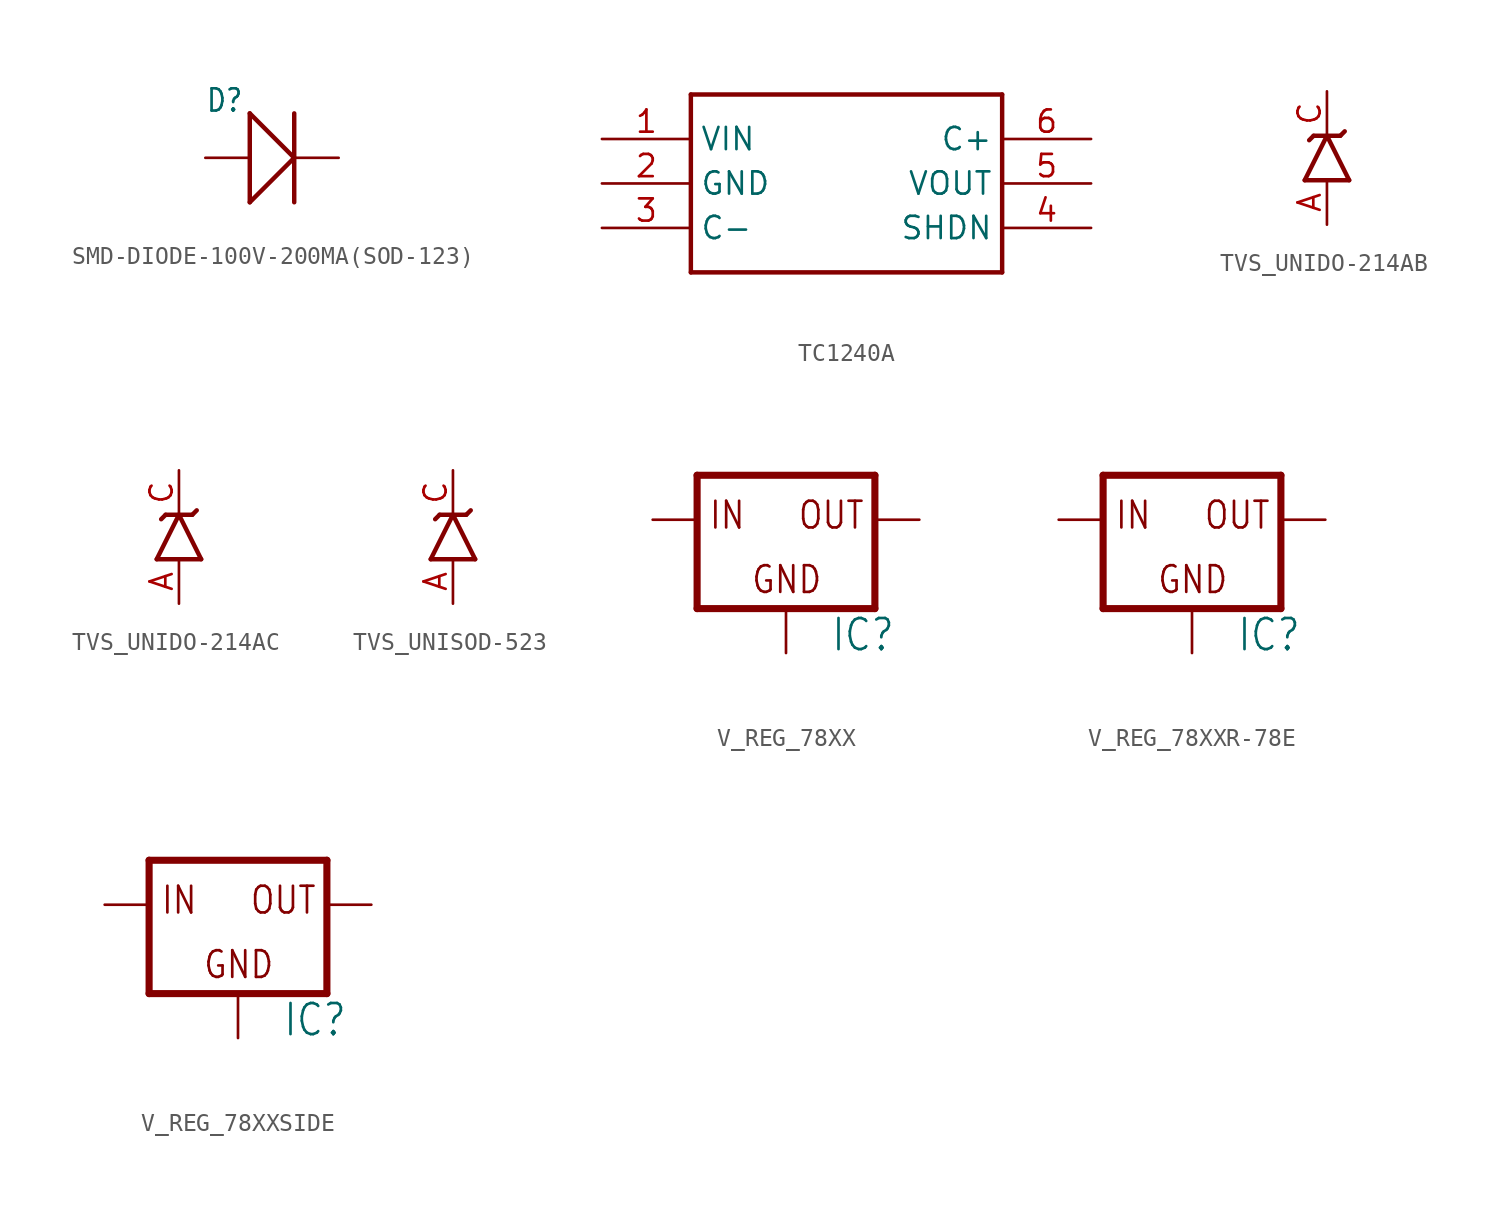
<source format=kicad_sym>
(kicad_symbol_lib
  (version 20231120)
  (generator "kicad_symbol_editor")
  (generator_version "8.0")
  (symbol "SMD-DIODE-100V-200MA(SOD-123)"
    (property "Reference" "D"
      (at -3.81 2.54 0)
      (effects (font (size 1.27 1.079)) (justify left bottom)))
    (property "Value" ""
      (at -3.81 -3.81 0)
      (effects (font (size 1.27 1.079)) (justify left bottom)))
    (property "ki_locked" ""
      (at 0 0 0)
      (effects (font (size 1.27 1.27))))
    (symbol "SMD-DIODE-100V-200MA(SOD-123)_1_0"
      (polyline (pts (xy -1.27 -2.54) (xy -1.27 2.54)) (stroke (width 0.254) (type solid)) (fill (type none)))
      (polyline (pts (xy -1.27 -2.54) (xy 1.27 0)) (stroke (width 0.254) (type solid)) (fill (type none)))
      (polyline (pts (xy -1.27 2.54) (xy 1.27 0)) (stroke (width 0.254) (type solid)) (fill (type none)))
      (polyline (pts (xy 1.27 2.54) (xy 1.27 -2.54)) (stroke (width 0.254) (type solid)) (fill (type none)))
      (pin passive line (at -3.81 0 0) (length 2.54) (name "+" (effects (font (size 0 0)))) (number "+" (effects (font (size 0 0)))))
      (pin passive line (at 3.81 0 180) (length 2.54) (name "-" (effects (font (size 0 0)))) (number "-" (effects (font (size 0 0)))))))
  (symbol "TC1240A"
    (property "Reference" ""
      (at -7.366 5.588 0)
      (effects (font (size 1.778 1.511)) (justify left bottom) (hide yes)))
    (property "Value" ""
      (at -7.62 -7.366 0)
      (effects (font (size 1.778 1.511)) (justify left bottom)))
    (property "ki_locked" ""
      (at 0 0 0)
      (effects (font (size 1.27 1.27))))
    (symbol "TC1240A_1_0"
      (polyline (pts (xy -7.62 -5.08) (xy 10.16 -5.08)) (stroke (width 0.254) (type solid)) (fill (type none)))
      (polyline (pts (xy -7.62 5.08) (xy -7.62 -5.08)) (stroke (width 0.254) (type solid)) (fill (type none)))
      (polyline (pts (xy 10.16 -5.08) (xy 10.16 5.08)) (stroke (width 0.254) (type solid)) (fill (type none)))
      (polyline (pts (xy 10.16 5.08) (xy -7.62 5.08)) (stroke (width 0.254) (type solid)) (fill (type none)))
      (pin bidirectional line (at -12.7 2.54 0) (length 5.08) (name "VIN" (effects (font (size 1.27 1.27)))) (number "1" (effects (font (size 1.27 1.27)))))
      (pin bidirectional line (at -12.7 0 0) (length 5.08) (name "GND" (effects (font (size 1.27 1.27)))) (number "2" (effects (font (size 1.27 1.27)))))
      (pin bidirectional line (at -12.7 -2.54 0) (length 5.08) (name "C-" (effects (font (size 1.27 1.27)))) (number "3" (effects (font (size 1.27 1.27)))))
      (pin bidirectional line (at 15.24 -2.54 180) (length 5.08) (name "SHDN" (effects (font (size 1.27 1.27)))) (number "4" (effects (font (size 1.27 1.27)))))
      (pin bidirectional line (at 15.24 0 180) (length 5.08) (name "VOUT" (effects (font (size 1.27 1.27)))) (number "5" (effects (font (size 1.27 1.27)))))
      (pin bidirectional line (at 15.24 2.54 180) (length 5.08) (name "C+" (effects (font (size 1.27 1.27)))) (number "6" (effects (font (size 1.27 1.27)))))))
  (symbol "TVS_UNIDO-214AB"
    (property "Reference" ""
      (at 0 0 0)
      (effects (font (size 1.27 1.27)) (hide yes)))
    (property "ki_locked" ""
      (at 0 0 0)
      (effects (font (size 1.27 1.27))))
    (symbol "TVS_UNIDO-214AB_1_0"
      (polyline (pts (xy -1.27 -2.54) (xy 1.27 -2.54)) (stroke (width 0.254) (type solid)) (fill (type none)))
      (polyline (pts (xy -0.762 0) (xy -1.016 -0.254)) (stroke (width 0.254) (type solid)) (fill (type none)))
      (polyline (pts (xy -0.762 0) (xy 0 0)) (stroke (width 0.254) (type solid)) (fill (type none)))
      (polyline (pts (xy 0 0) (xy -1.27 -2.54)) (stroke (width 0.254) (type solid)) (fill (type none)))
      (polyline (pts (xy 0 0) (xy 0.762 0)) (stroke (width 0.254) (type solid)) (fill (type none)))
      (polyline (pts (xy 0.762 0) (xy 1.016 0.254)) (stroke (width 0.254) (type solid)) (fill (type none)))
      (polyline (pts (xy 1.27 -2.54) (xy 0 0)) (stroke (width 0.254) (type solid)) (fill (type none)))
      (pin bidirectional line (at 0 -5.08 90) (length 2.54) (name "A" (effects (font (size 0 0)))) (number "A" (effects (font (size 1.27 1.27)))))
      (pin bidirectional line (at 0 2.54 270) (length 2.54) (name "C" (effects (font (size 0 0)))) (number "C" (effects (font (size 1.27 1.27)))))))
  (symbol "TVS_UNIDO-214AC"
    (property "Reference" ""
      (at 0 0 0)
      (effects (font (size 1.27 1.27)) (hide yes)))
    (property "ki_locked" ""
      (at 0 0 0)
      (effects (font (size 1.27 1.27))))
    (symbol "TVS_UNIDO-214AC_1_0"
      (polyline (pts (xy -1.27 -2.54) (xy 1.27 -2.54)) (stroke (width 0.254) (type solid)) (fill (type none)))
      (polyline (pts (xy -0.762 0) (xy -1.016 -0.254)) (stroke (width 0.254) (type solid)) (fill (type none)))
      (polyline (pts (xy -0.762 0) (xy 0 0)) (stroke (width 0.254) (type solid)) (fill (type none)))
      (polyline (pts (xy 0 0) (xy -1.27 -2.54)) (stroke (width 0.254) (type solid)) (fill (type none)))
      (polyline (pts (xy 0 0) (xy 0.762 0)) (stroke (width 0.254) (type solid)) (fill (type none)))
      (polyline (pts (xy 0.762 0) (xy 1.016 0.254)) (stroke (width 0.254) (type solid)) (fill (type none)))
      (polyline (pts (xy 1.27 -2.54) (xy 0 0)) (stroke (width 0.254) (type solid)) (fill (type none)))
      (pin bidirectional line (at 0 -5.08 90) (length 2.54) (name "A" (effects (font (size 0 0)))) (number "A" (effects (font (size 1.27 1.27)))))
      (pin bidirectional line (at 0 2.54 270) (length 2.54) (name "C" (effects (font (size 0 0)))) (number "C" (effects (font (size 1.27 1.27)))))))
  (symbol "TVS_UNISOD-523"
    (property "Reference" ""
      (at 0 0 0)
      (effects (font (size 1.27 1.27)) (hide yes)))
    (property "ki_locked" ""
      (at 0 0 0)
      (effects (font (size 1.27 1.27))))
    (symbol "TVS_UNISOD-523_1_0"
      (polyline (pts (xy -1.27 -2.54) (xy 1.27 -2.54)) (stroke (width 0.254) (type solid)) (fill (type none)))
      (polyline (pts (xy -0.762 0) (xy -1.016 -0.254)) (stroke (width 0.254) (type solid)) (fill (type none)))
      (polyline (pts (xy -0.762 0) (xy 0 0)) (stroke (width 0.254) (type solid)) (fill (type none)))
      (polyline (pts (xy 0 0) (xy -1.27 -2.54)) (stroke (width 0.254) (type solid)) (fill (type none)))
      (polyline (pts (xy 0 0) (xy 0.762 0)) (stroke (width 0.254) (type solid)) (fill (type none)))
      (polyline (pts (xy 0.762 0) (xy 1.016 0.254)) (stroke (width 0.254) (type solid)) (fill (type none)))
      (polyline (pts (xy 1.27 -2.54) (xy 0 0)) (stroke (width 0.254) (type solid)) (fill (type none)))
      (pin bidirectional line (at 0 -5.08 90) (length 2.54) (name "A" (effects (font (size 0 0)))) (number "A" (effects (font (size 1.27 1.27)))))
      (pin bidirectional line (at 0 2.54 270) (length 2.54) (name "C" (effects (font (size 0 0)))) (number "C" (effects (font (size 1.27 1.27)))))))
  (symbol "V_REG_78XX"
    (property "Reference" "IC"
      (at 2.54 -7.62 0)
      (effects (font (size 1.778 1.511)) (justify left bottom)))
    (property "Value" ""
      (at 2.54 -10.16 0)
      (effects (font (size 1.778 1.511)) (justify left bottom)))
    (property "ki_locked" ""
      (at 0 0 0)
      (effects (font (size 1.27 1.27))))
    (symbol "V_REG_78XX_1_0"
      (polyline (pts (xy -5.08 -5.08) (xy 5.08 -5.08)) (stroke (width 0.406) (type solid)) (fill (type none)))
      (polyline (pts (xy -5.08 2.54) (xy -5.08 -5.08)) (stroke (width 0.406) (type solid)) (fill (type none)))
      (polyline (pts (xy 5.08 -5.08) (xy 5.08 2.54)) (stroke (width 0.406) (type solid)) (fill (type none)))
      (polyline (pts (xy 5.08 2.54) (xy -5.08 2.54)) (stroke (width 0.406) (type solid)) (fill (type none)))
      (text "GND" (at -2.032 -4.318 0) (effects (font (size 1.524 1.295)) (justify left bottom)))
      (text "IN" (at -4.445 -0.635 0) (effects (font (size 1.524 1.295)) (justify left bottom)))
      (text "OUT" (at 0.635 -0.635 0) (effects (font (size 1.524 1.295)) (justify left bottom)))
      (pin input line (at 0 -7.62 90) (length 2.54) (name "GND" (effects (font (size 0 0)))) (number "GND" (effects (font (size 0 0)))))
      (pin input line (at -7.62 0 0) (length 2.54) (name "IN" (effects (font (size 0 0)))) (number "IN" (effects (font (size 0 0)))))
      (pin output line (at 7.62 0 180) (length 2.54) (name "OUT" (effects (font (size 0 0)))) (number "OUT" (effects (font (size 0 0)))))))
  (symbol "V_REG_78XXR-78E"
    (property "Reference" "IC"
      (at 2.54 -7.62 0)
      (effects (font (size 1.778 1.511)) (justify left bottom)))
    (property "Value" ""
      (at 2.54 -10.16 0)
      (effects (font (size 1.778 1.511)) (justify left bottom)))
    (property "ki_locked" ""
      (at 0 0 0)
      (effects (font (size 1.27 1.27))))
    (symbol "V_REG_78XXR-78E_1_0"
      (polyline (pts (xy -5.08 -5.08) (xy 5.08 -5.08)) (stroke (width 0.406) (type solid)) (fill (type none)))
      (polyline (pts (xy -5.08 2.54) (xy -5.08 -5.08)) (stroke (width 0.406) (type solid)) (fill (type none)))
      (polyline (pts (xy 5.08 -5.08) (xy 5.08 2.54)) (stroke (width 0.406) (type solid)) (fill (type none)))
      (polyline (pts (xy 5.08 2.54) (xy -5.08 2.54)) (stroke (width 0.406) (type solid)) (fill (type none)))
      (text "GND" (at -2.032 -4.318 0) (effects (font (size 1.524 1.295)) (justify left bottom)))
      (text "IN" (at -4.445 -0.635 0) (effects (font (size 1.524 1.295)) (justify left bottom)))
      (text "OUT" (at 0.635 -0.635 0) (effects (font (size 1.524 1.295)) (justify left bottom)))
      (pin input line (at 0 -7.62 90) (length 2.54) (name "GND" (effects (font (size 0 0)))) (number "GND" (effects (font (size 0 0)))))
      (pin input line (at -7.62 0 0) (length 2.54) (name "IN" (effects (font (size 0 0)))) (number "IN" (effects (font (size 0 0)))))
      (pin output line (at 7.62 0 180) (length 2.54) (name "OUT" (effects (font (size 0 0)))) (number "OUT" (effects (font (size 0 0)))))))
  (symbol "V_REG_78XXSIDE"
    (property "Reference" "IC"
      (at 2.54 -7.62 0)
      (effects (font (size 1.778 1.511)) (justify left bottom)))
    (property "Value" ""
      (at 2.54 -10.16 0)
      (effects (font (size 1.778 1.511)) (justify left bottom)))
    (property "ki_locked" ""
      (at 0 0 0)
      (effects (font (size 1.27 1.27))))
    (symbol "V_REG_78XXSIDE_1_0"
      (polyline (pts (xy -5.08 -5.08) (xy 5.08 -5.08)) (stroke (width 0.406) (type solid)) (fill (type none)))
      (polyline (pts (xy -5.08 2.54) (xy -5.08 -5.08)) (stroke (width 0.406) (type solid)) (fill (type none)))
      (polyline (pts (xy 5.08 -5.08) (xy 5.08 2.54)) (stroke (width 0.406) (type solid)) (fill (type none)))
      (polyline (pts (xy 5.08 2.54) (xy -5.08 2.54)) (stroke (width 0.406) (type solid)) (fill (type none)))
      (text "GND" (at -2.032 -4.318 0) (effects (font (size 1.524 1.295)) (justify left bottom)))
      (text "IN" (at -4.445 -0.635 0) (effects (font (size 1.524 1.295)) (justify left bottom)))
      (text "OUT" (at 0.635 -0.635 0) (effects (font (size 1.524 1.295)) (justify left bottom)))
      (pin input line (at 0 -7.62 90) (length 2.54) (name "GND" (effects (font (size 0 0)))) (number "GND" (effects (font (size 0 0)))))
      (pin input line (at -7.62 0 0) (length 2.54) (name "IN" (effects (font (size 0 0)))) (number "IN" (effects (font (size 0 0)))))
      (pin output line (at 7.62 0 180) (length 2.54) (name "OUT" (effects (font (size 0 0)))) (number "OUT" (effects (font (size 0 0))))))))
</source>
